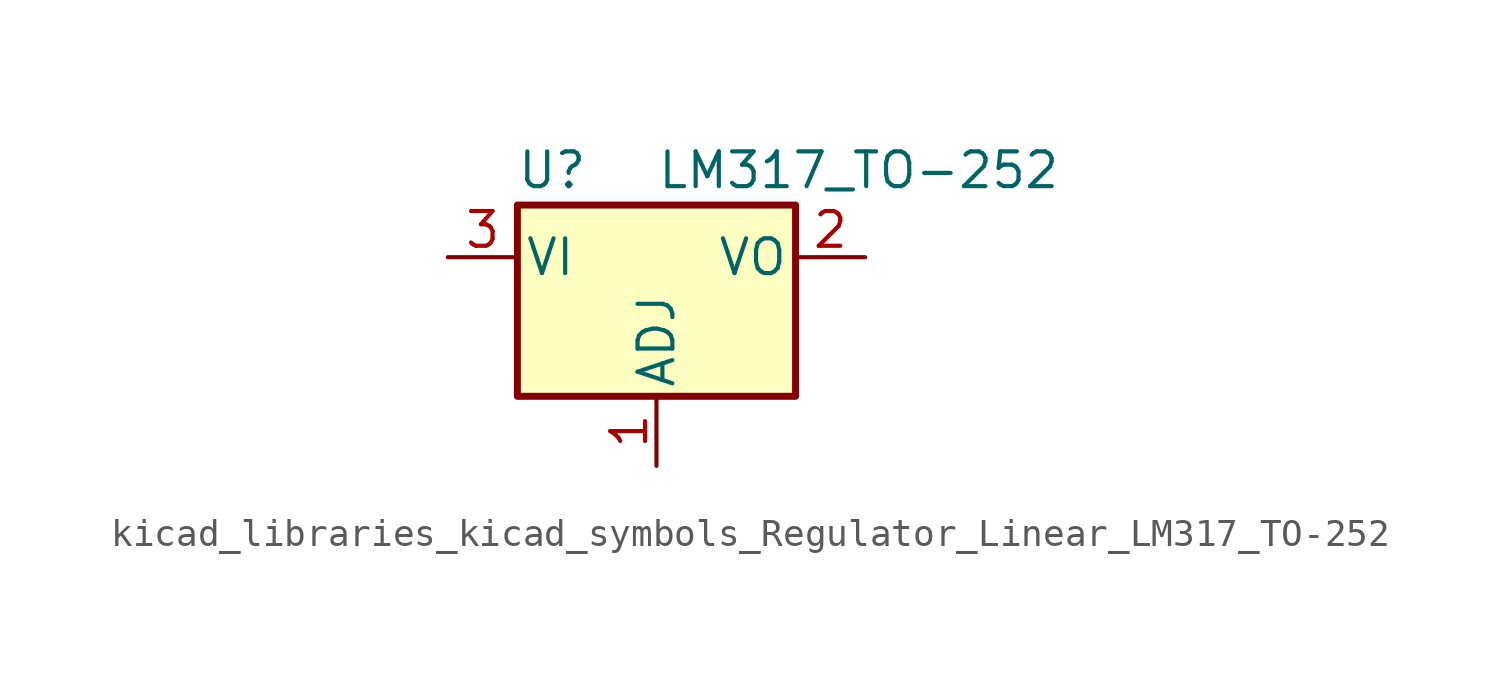
<source format=kicad_sym>
(kicad_symbol_lib
  (version 20220914)
  (generator kicad_symbol_editor)
  (symbol "kicad_libraries_kicad_symbols_Regulator_Linear_LM317_TO-252"
    (pin_names
      (offset 0.254))
    (property "Reference" "U"
      (at -3.81 3.175 0)
      (effects (font (size 1.27 1.27))))
    (property "Value" "LM317_TO-252"
      (at 0 3.175 0)
      (effects (font (size 1.27 1.27)) (justify left)))
    (symbol "kicad_libraries_kicad_symbols_Regulator_Linear_LM317_TO-252_0_1"
      (rectangle (start -5.08 1.905) (end 5.08 -5.08) (stroke (width 0.254) (type default)) (fill (type background))))
    (symbol "kicad_libraries_kicad_symbols_Regulator_Linear_LM317_TO-252_1_1"
      (pin input line (at 0 -7.62 90) (length 2.54) (name "ADJ" (effects (font (size 1.27 1.27)))) (number "1" (effects (font (size 1.27 1.27)))))
      (pin power_out line (at 7.62 0 180) (length 2.54) (name "VO" (effects (font (size 1.27 1.27)))) (number "2" (effects (font (size 1.27 1.27)))))
      (pin power_in line (at -7.62 0 0) (length 2.54) (name "VI" (effects (font (size 1.27 1.27)))) (number "3" (effects (font (size 1.27 1.27))))))))
</source>
